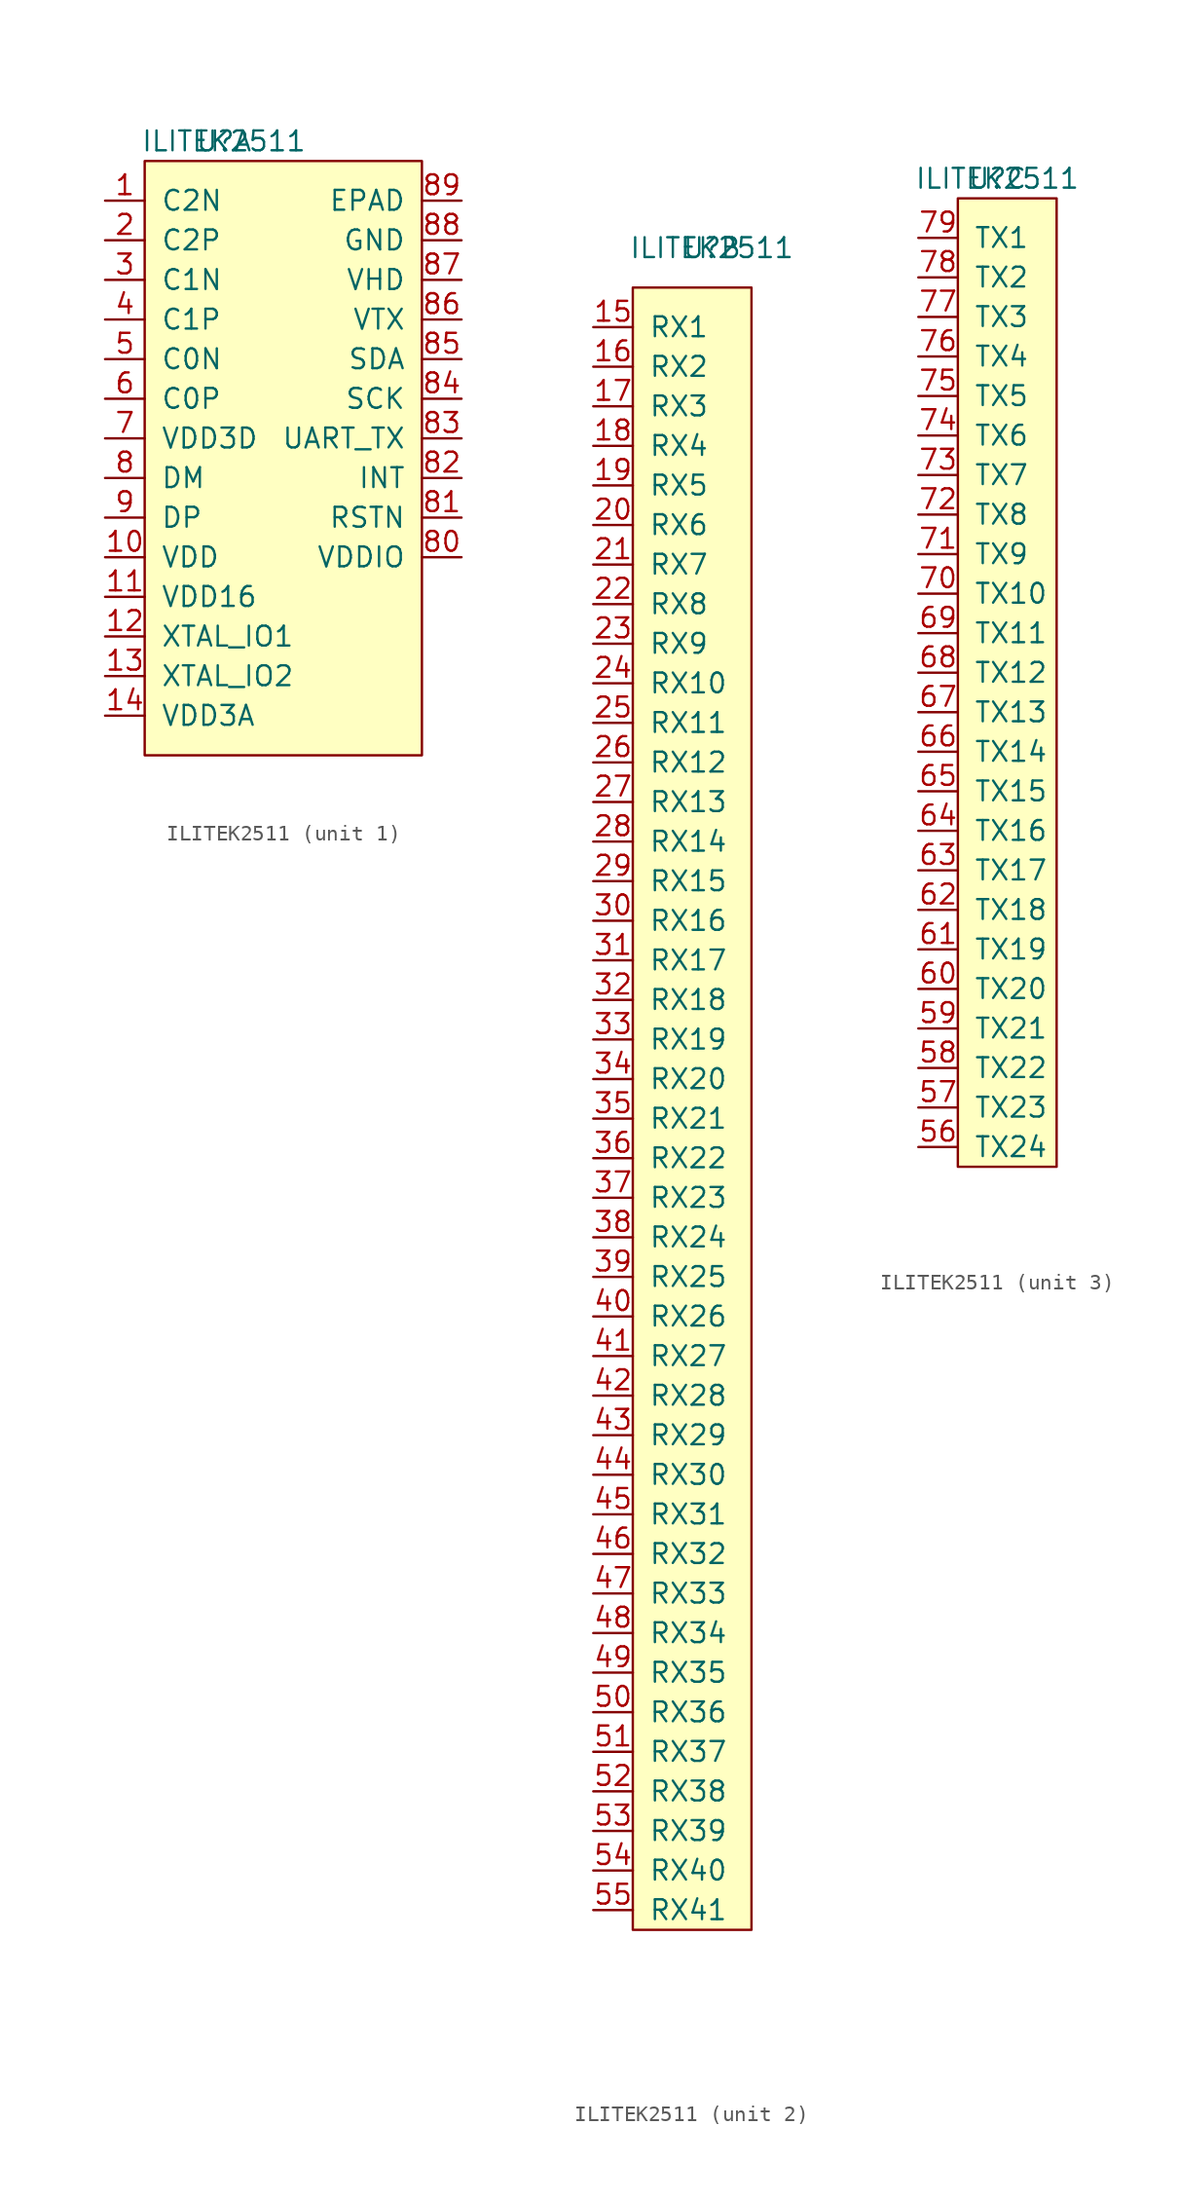
<source format=kicad_sym>
(kicad_symbol_lib
  (version 20201005)
  (generator kicad_symbol_editor)
  (symbol "IC_library:ILITEK2511"
    (pin_names
      (offset 1.016))
    (property "Reference" "U"
      (at 0 0 0)
      (effects (font (size 1.27 1.27))))
    (property "Value" "ILITEK2511"
      (at 0 0 0)
      (effects (font (size 1.27 1.27))))
    (property "ki_locked" ""
      (at 0 0 0)
      (effects (font (size 1.27 1.27))))
    (symbol "ILITEK2511_1_1"
      (rectangle (start -5.08 -1.27) (end 12.7 -39.37) (stroke (width 0)) (fill (type background)))
      (pin input line (at -7.62 -3.81 0) (length 2.54) (name "C2N" (effects (font (size 1.27 1.27)))) (number "1" (effects (font (size 1.27 1.27)))))
      (pin input line (at -7.62 -26.67 0) (length 2.54) (name "VDD" (effects (font (size 1.27 1.27)))) (number "10" (effects (font (size 1.27 1.27)))))
      (pin input line (at -7.62 -29.21 0) (length 2.54) (name "VDD16" (effects (font (size 1.27 1.27)))) (number "11" (effects (font (size 1.27 1.27)))))
      (pin input line (at -7.62 -31.75 0) (length 2.54) (name "XTAL_IO1" (effects (font (size 1.27 1.27)))) (number "12" (effects (font (size 1.27 1.27)))))
      (pin input line (at -7.62 -34.29 0) (length 2.54) (name "XTAL_IO2" (effects (font (size 1.27 1.27)))) (number "13" (effects (font (size 1.27 1.27)))))
      (pin input line (at -7.62 -36.83 0) (length 2.54) (name "VDD3A" (effects (font (size 1.27 1.27)))) (number "14" (effects (font (size 1.27 1.27)))))
      (pin input line (at -7.62 -6.35 0) (length 2.54) (name "C2P" (effects (font (size 1.27 1.27)))) (number "2" (effects (font (size 1.27 1.27)))))
      (pin input line (at -7.62 -8.89 0) (length 2.54) (name "C1N" (effects (font (size 1.27 1.27)))) (number "3" (effects (font (size 1.27 1.27)))))
      (pin input line (at -7.62 -11.43 0) (length 2.54) (name "C1P" (effects (font (size 1.27 1.27)))) (number "4" (effects (font (size 1.27 1.27)))))
      (pin input line (at -7.62 -13.97 0) (length 2.54) (name "C0N" (effects (font (size 1.27 1.27)))) (number "5" (effects (font (size 1.27 1.27)))))
      (pin input line (at -7.62 -16.51 0) (length 2.54) (name "C0P" (effects (font (size 1.27 1.27)))) (number "6" (effects (font (size 1.27 1.27)))))
      (pin input line (at -7.62 -19.05 0) (length 2.54) (name "VDD3D" (effects (font (size 1.27 1.27)))) (number "7" (effects (font (size 1.27 1.27)))))
      (pin input line (at -7.62 -21.59 0) (length 2.54) (name "DM" (effects (font (size 1.27 1.27)))) (number "8" (effects (font (size 1.27 1.27)))))
      (pin input line (at 15.24 -26.67 180) (length 2.54) (name "VDDIO" (effects (font (size 1.27 1.27)))) (number "80" (effects (font (size 1.27 1.27)))))
      (pin input line (at 15.24 -24.13 180) (length 2.54) (name "RSTN" (effects (font (size 1.27 1.27)))) (number "81" (effects (font (size 1.27 1.27)))))
      (pin input line (at 15.24 -21.59 180) (length 2.54) (name "INT" (effects (font (size 1.27 1.27)))) (number "82" (effects (font (size 1.27 1.27)))))
      (pin input line (at 15.24 -19.05 180) (length 2.54) (name "UART_TX" (effects (font (size 1.27 1.27)))) (number "83" (effects (font (size 1.27 1.27)))))
      (pin input line (at 15.24 -16.51 180) (length 2.54) (name "SCK" (effects (font (size 1.27 1.27)))) (number "84" (effects (font (size 1.27 1.27)))))
      (pin input line (at 15.24 -13.97 180) (length 2.54) (name "SDA" (effects (font (size 1.27 1.27)))) (number "85" (effects (font (size 1.27 1.27)))))
      (pin input line (at 15.24 -11.43 180) (length 2.54) (name "VTX" (effects (font (size 1.27 1.27)))) (number "86" (effects (font (size 1.27 1.27)))))
      (pin input line (at 15.24 -8.89 180) (length 2.54) (name "VHD" (effects (font (size 1.27 1.27)))) (number "87" (effects (font (size 1.27 1.27)))))
      (pin input line (at 15.24 -6.35 180) (length 2.54) (name "GND" (effects (font (size 1.27 1.27)))) (number "88" (effects (font (size 1.27 1.27)))))
      (pin input line (at 15.24 -3.81 180) (length 2.54) (name "EPAD" (effects (font (size 1.27 1.27)))) (number "89" (effects (font (size 1.27 1.27)))))
      (pin input line (at -7.62 -24.13 0) (length 2.54) (name "DP" (effects (font (size 1.27 1.27)))) (number "9" (effects (font (size 1.27 1.27))))))
    (symbol "ILITEK2511_2_1"
      (rectangle (start -5.08 -2.54) (end 2.54 -107.95) (stroke (width 0)) (fill (type background)))
      (pin input line (at -7.62 -5.08 0) (length 2.54) (name "RX1" (effects (font (size 1.27 1.27)))) (number "15" (effects (font (size 1.27 1.27)))))
      (pin input line (at -7.62 -7.62 0) (length 2.54) (name "RX2" (effects (font (size 1.27 1.27)))) (number "16" (effects (font (size 1.27 1.27)))))
      (pin input line (at -7.62 -10.16 0) (length 2.54) (name "RX3" (effects (font (size 1.27 1.27)))) (number "17" (effects (font (size 1.27 1.27)))))
      (pin input line (at -7.62 -12.7 0) (length 2.54) (name "RX4" (effects (font (size 1.27 1.27)))) (number "18" (effects (font (size 1.27 1.27)))))
      (pin input line (at -7.62 -15.24 0) (length 2.54) (name "RX5" (effects (font (size 1.27 1.27)))) (number "19" (effects (font (size 1.27 1.27)))))
      (pin input line (at -7.62 -17.78 0) (length 2.54) (name "RX6" (effects (font (size 1.27 1.27)))) (number "20" (effects (font (size 1.27 1.27)))))
      (pin input line (at -7.62 -20.32 0) (length 2.54) (name "RX7" (effects (font (size 1.27 1.27)))) (number "21" (effects (font (size 1.27 1.27)))))
      (pin input line (at -7.62 -22.86 0) (length 2.54) (name "RX8" (effects (font (size 1.27 1.27)))) (number "22" (effects (font (size 1.27 1.27)))))
      (pin input line (at -7.62 -25.4 0) (length 2.54) (name "RX9" (effects (font (size 1.27 1.27)))) (number "23" (effects (font (size 1.27 1.27)))))
      (pin input line (at -7.62 -27.94 0) (length 2.54) (name "RX10" (effects (font (size 1.27 1.27)))) (number "24" (effects (font (size 1.27 1.27)))))
      (pin input line (at -7.62 -30.48 0) (length 2.54) (name "RX11" (effects (font (size 1.27 1.27)))) (number "25" (effects (font (size 1.27 1.27)))))
      (pin input line (at -7.62 -33.02 0) (length 2.54) (name "RX12" (effects (font (size 1.27 1.27)))) (number "26" (effects (font (size 1.27 1.27)))))
      (pin input line (at -7.62 -35.56 0) (length 2.54) (name "RX13" (effects (font (size 1.27 1.27)))) (number "27" (effects (font (size 1.27 1.27)))))
      (pin input line (at -7.62 -38.1 0) (length 2.54) (name "RX14" (effects (font (size 1.27 1.27)))) (number "28" (effects (font (size 1.27 1.27)))))
      (pin input line (at -7.62 -40.64 0) (length 2.54) (name "RX15" (effects (font (size 1.27 1.27)))) (number "29" (effects (font (size 1.27 1.27)))))
      (pin input line (at -7.62 -43.18 0) (length 2.54) (name "RX16" (effects (font (size 1.27 1.27)))) (number "30" (effects (font (size 1.27 1.27)))))
      (pin input line (at -7.62 -45.72 0) (length 2.54) (name "RX17" (effects (font (size 1.27 1.27)))) (number "31" (effects (font (size 1.27 1.27)))))
      (pin input line (at -7.62 -48.26 0) (length 2.54) (name "RX18" (effects (font (size 1.27 1.27)))) (number "32" (effects (font (size 1.27 1.27)))))
      (pin input line (at -7.62 -50.8 0) (length 2.54) (name "RX19" (effects (font (size 1.27 1.27)))) (number "33" (effects (font (size 1.27 1.27)))))
      (pin input line (at -7.62 -53.34 0) (length 2.54) (name "RX20" (effects (font (size 1.27 1.27)))) (number "34" (effects (font (size 1.27 1.27)))))
      (pin input line (at -7.62 -55.88 0) (length 2.54) (name "RX21" (effects (font (size 1.27 1.27)))) (number "35" (effects (font (size 1.27 1.27)))))
      (pin input line (at -7.62 -58.42 0) (length 2.54) (name "RX22" (effects (font (size 1.27 1.27)))) (number "36" (effects (font (size 1.27 1.27)))))
      (pin input line (at -7.62 -60.96 0) (length 2.54) (name "RX23" (effects (font (size 1.27 1.27)))) (number "37" (effects (font (size 1.27 1.27)))))
      (pin input line (at -7.62 -63.5 0) (length 2.54) (name "RX24" (effects (font (size 1.27 1.27)))) (number "38" (effects (font (size 1.27 1.27)))))
      (pin input line (at -7.62 -66.04 0) (length 2.54) (name "RX25" (effects (font (size 1.27 1.27)))) (number "39" (effects (font (size 1.27 1.27)))))
      (pin input line (at -7.62 -68.58 0) (length 2.54) (name "RX26" (effects (font (size 1.27 1.27)))) (number "40" (effects (font (size 1.27 1.27)))))
      (pin input line (at -7.62 -71.12 0) (length 2.54) (name "RX27" (effects (font (size 1.27 1.27)))) (number "41" (effects (font (size 1.27 1.27)))))
      (pin input line (at -7.62 -73.66 0) (length 2.54) (name "RX28" (effects (font (size 1.27 1.27)))) (number "42" (effects (font (size 1.27 1.27)))))
      (pin input line (at -7.62 -76.2 0) (length 2.54) (name "RX29" (effects (font (size 1.27 1.27)))) (number "43" (effects (font (size 1.27 1.27)))))
      (pin input line (at -7.62 -78.74 0) (length 2.54) (name "RX30" (effects (font (size 1.27 1.27)))) (number "44" (effects (font (size 1.27 1.27)))))
      (pin input line (at -7.62 -81.28 0) (length 2.54) (name "RX31" (effects (font (size 1.27 1.27)))) (number "45" (effects (font (size 1.27 1.27)))))
      (pin input line (at -7.62 -83.82 0) (length 2.54) (name "RX32" (effects (font (size 1.27 1.27)))) (number "46" (effects (font (size 1.27 1.27)))))
      (pin input line (at -7.62 -86.36 0) (length 2.54) (name "RX33" (effects (font (size 1.27 1.27)))) (number "47" (effects (font (size 1.27 1.27)))))
      (pin input line (at -7.62 -88.9 0) (length 2.54) (name "RX34" (effects (font (size 1.27 1.27)))) (number "48" (effects (font (size 1.27 1.27)))))
      (pin input line (at -7.62 -91.44 0) (length 2.54) (name "RX35" (effects (font (size 1.27 1.27)))) (number "49" (effects (font (size 1.27 1.27)))))
      (pin input line (at -7.62 -93.98 0) (length 2.54) (name "RX36" (effects (font (size 1.27 1.27)))) (number "50" (effects (font (size 1.27 1.27)))))
      (pin input line (at -7.62 -96.52 0) (length 2.54) (name "RX37" (effects (font (size 1.27 1.27)))) (number "51" (effects (font (size 1.27 1.27)))))
      (pin input line (at -7.62 -99.06 0) (length 2.54) (name "RX38" (effects (font (size 1.27 1.27)))) (number "52" (effects (font (size 1.27 1.27)))))
      (pin input line (at -7.62 -101.6 0) (length 2.54) (name "RX39" (effects (font (size 1.27 1.27)))) (number "53" (effects (font (size 1.27 1.27)))))
      (pin input line (at -7.62 -104.14 0) (length 2.54) (name "RX40" (effects (font (size 1.27 1.27)))) (number "54" (effects (font (size 1.27 1.27)))))
      (pin input line (at -7.62 -106.68 0) (length 2.54) (name "RX41" (effects (font (size 1.27 1.27)))) (number "55" (effects (font (size 1.27 1.27))))))
    (symbol "ILITEK2511_3_1"
      (rectangle (start -2.54 -1.27) (end 3.81 -63.5) (stroke (width 0)) (fill (type background)))
      (pin input line (at -5.08 -62.23 0) (length 2.54) (name "TX24" (effects (font (size 1.27 1.27)))) (number "56" (effects (font (size 1.27 1.27)))))
      (pin input line (at -5.08 -59.69 0) (length 2.54) (name "TX23" (effects (font (size 1.27 1.27)))) (number "57" (effects (font (size 1.27 1.27)))))
      (pin input line (at -5.08 -57.15 0) (length 2.54) (name "TX22" (effects (font (size 1.27 1.27)))) (number "58" (effects (font (size 1.27 1.27)))))
      (pin input line (at -5.08 -54.61 0) (length 2.54) (name "TX21" (effects (font (size 1.27 1.27)))) (number "59" (effects (font (size 1.27 1.27)))))
      (pin input line (at -5.08 -52.07 0) (length 2.54) (name "TX20" (effects (font (size 1.27 1.27)))) (number "60" (effects (font (size 1.27 1.27)))))
      (pin input line (at -5.08 -49.53 0) (length 2.54) (name "TX19" (effects (font (size 1.27 1.27)))) (number "61" (effects (font (size 1.27 1.27)))))
      (pin input line (at -5.08 -46.99 0) (length 2.54) (name "TX18" (effects (font (size 1.27 1.27)))) (number "62" (effects (font (size 1.27 1.27)))))
      (pin input line (at -5.08 -44.45 0) (length 2.54) (name "TX17" (effects (font (size 1.27 1.27)))) (number "63" (effects (font (size 1.27 1.27)))))
      (pin input line (at -5.08 -41.91 0) (length 2.54) (name "TX16" (effects (font (size 1.27 1.27)))) (number "64" (effects (font (size 1.27 1.27)))))
      (pin input line (at -5.08 -39.37 0) (length 2.54) (name "TX15" (effects (font (size 1.27 1.27)))) (number "65" (effects (font (size 1.27 1.27)))))
      (pin input line (at -5.08 -36.83 0) (length 2.54) (name "TX14" (effects (font (size 1.27 1.27)))) (number "66" (effects (font (size 1.27 1.27)))))
      (pin input line (at -5.08 -34.29 0) (length 2.54) (name "TX13" (effects (font (size 1.27 1.27)))) (number "67" (effects (font (size 1.27 1.27)))))
      (pin input line (at -5.08 -31.75 0) (length 2.54) (name "TX12" (effects (font (size 1.27 1.27)))) (number "68" (effects (font (size 1.27 1.27)))))
      (pin input line (at -5.08 -29.21 0) (length 2.54) (name "TX11" (effects (font (size 1.27 1.27)))) (number "69" (effects (font (size 1.27 1.27)))))
      (pin input line (at -5.08 -26.67 0) (length 2.54) (name "TX10" (effects (font (size 1.27 1.27)))) (number "70" (effects (font (size 1.27 1.27)))))
      (pin input line (at -5.08 -24.13 0) (length 2.54) (name "TX9" (effects (font (size 1.27 1.27)))) (number "71" (effects (font (size 1.27 1.27)))))
      (pin input line (at -5.08 -21.59 0) (length 2.54) (name "TX8" (effects (font (size 1.27 1.27)))) (number "72" (effects (font (size 1.27 1.27)))))
      (pin input line (at -5.08 -19.05 0) (length 2.54) (name "TX7" (effects (font (size 1.27 1.27)))) (number "73" (effects (font (size 1.27 1.27)))))
      (pin input line (at -5.08 -16.51 0) (length 2.54) (name "TX6" (effects (font (size 1.27 1.27)))) (number "74" (effects (font (size 1.27 1.27)))))
      (pin input line (at -5.08 -13.97 0) (length 2.54) (name "TX5" (effects (font (size 1.27 1.27)))) (number "75" (effects (font (size 1.27 1.27)))))
      (pin input line (at -5.08 -11.43 0) (length 2.54) (name "TX4" (effects (font (size 1.27 1.27)))) (number "76" (effects (font (size 1.27 1.27)))))
      (pin input line (at -5.08 -8.89 0) (length 2.54) (name "TX3" (effects (font (size 1.27 1.27)))) (number "77" (effects (font (size 1.27 1.27)))))
      (pin input line (at -5.08 -6.35 0) (length 2.54) (name "TX2" (effects (font (size 1.27 1.27)))) (number "78" (effects (font (size 1.27 1.27)))))
      (pin input line (at -5.08 -3.81 0) (length 2.54) (name "TX1" (effects (font (size 1.27 1.27)))) (number "79" (effects (font (size 1.27 1.27))))))))
</source>
